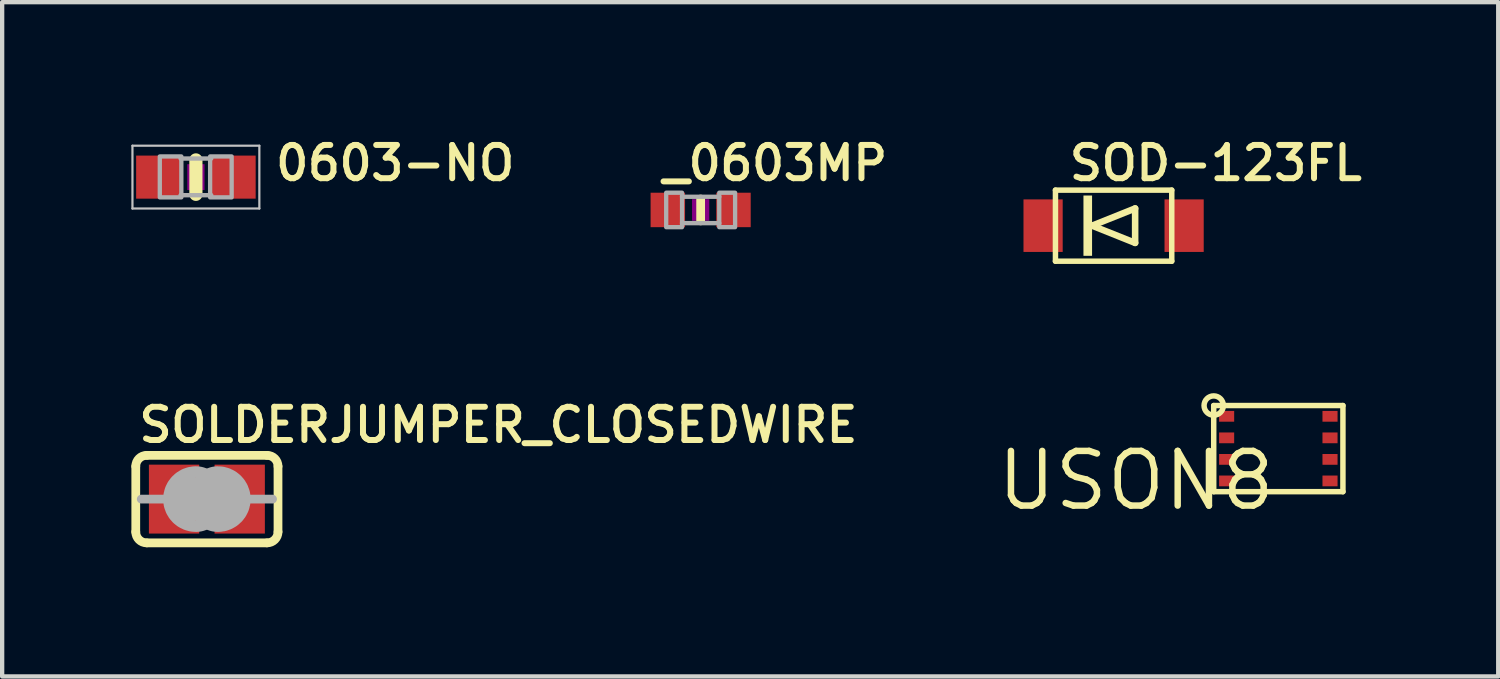
<source format=kicad_pcb>
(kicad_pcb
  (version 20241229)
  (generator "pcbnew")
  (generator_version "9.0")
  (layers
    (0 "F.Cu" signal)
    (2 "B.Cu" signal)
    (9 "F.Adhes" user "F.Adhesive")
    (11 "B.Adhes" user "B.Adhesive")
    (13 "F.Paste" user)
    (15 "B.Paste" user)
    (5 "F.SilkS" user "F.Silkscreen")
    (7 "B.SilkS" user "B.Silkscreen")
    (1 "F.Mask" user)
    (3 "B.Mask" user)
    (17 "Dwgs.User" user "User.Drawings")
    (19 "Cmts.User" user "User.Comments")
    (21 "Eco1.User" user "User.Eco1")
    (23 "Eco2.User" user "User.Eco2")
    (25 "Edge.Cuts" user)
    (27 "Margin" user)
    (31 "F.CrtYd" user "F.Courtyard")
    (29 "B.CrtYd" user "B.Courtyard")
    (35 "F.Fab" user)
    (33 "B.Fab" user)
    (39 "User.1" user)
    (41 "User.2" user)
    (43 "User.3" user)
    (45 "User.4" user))
  (footprint "SOD-123FL"
    (layer "F.Cu")
    (at 22.803 2.189)
    (property "Reference" "SOD-123FL" (at -1.1 -1 180) (layer "F.SilkS") (effects (font (size 0.772 0.772) (thickness 0.139)) (justify left bottom)))
    (attr through_hole)
    (fp_line (start -1.35 -0.825) (end 1.35 -0.825) (stroke (width 0.127) (type solid)) (layer "F.SilkS"))
    (fp_line (start -1.35 0.825) (end -1.35 -0.825) (stroke (width 0.127) (type solid)) (layer "F.SilkS"))
    (fp_line (start -0.5 0) (end 0.5 -0.4) (stroke (width 0.152) (type solid)) (layer "F.SilkS"))
    (fp_line (start 0.5 -0.4) (end 0.5 0.4) (stroke (width 0.152) (type solid)) (layer "F.SilkS"))
    (fp_line (start 0.5 0.4) (end -0.5 0) (stroke (width 0.152) (type solid)) (layer "F.SilkS"))
    (fp_line (start 1.35 -0.825) (end 1.35 0.825) (stroke (width 0.127) (type solid)) (layer "F.SilkS"))
    (fp_line (start 1.35 0.825) (end -1.35 0.825) (stroke (width 0.127) (type solid)) (layer "F.SilkS"))
    (fp_poly (pts (xy -0.7 0.7) (xy -0.5 0.7) (xy -0.5 -0.7) (xy -0.7 -0.7)) (stroke (width 0) (type solid)) (fill yes) (layer "F.SilkS"))
    (pad "A" smd rect (at 1.637 0) (size 0.91 1.22) (layers "F.Cu" "F.Mask" "F.Paste"))
    (pad "C" smd rect (at -1.637 0) (size 0.91 1.22) (layers "F.Cu" "F.Mask" "F.Paste")))
  (footprint "_0603MP"
    (layer "F.Cu")
    (at 13.216 1.824)
    (property "Reference" "_0603MP" (at -0.953 -0.635 0) (layer "F.SilkS") (effects (font (size 0.772 0.772) (thickness 0.139)) (justify left bottom)))
    (attr through_hole)
    (fp_line (start 0 -0.254) (end 0 0.254) (stroke (width 0.203) (type solid)) (layer "F.SilkS"))
    (fp_poly (pts (xy -0.2 0.25) (xy 0.2 0.25) (xy 0.2 -0.25) (xy -0.2 -0.25)) (stroke (width 0) (type solid)) (fill yes) (layer "F.Adhes"))
    (fp_line (start -0.432 0.306) (end 0.432 0.306) (stroke (width 0.102) (type solid)) (layer "F.Fab"))
    (fp_line (start 0.432 -0.306) (end -0.432 -0.306) (stroke (width 0.102) (type solid)) (layer "F.Fab"))
    (fp_poly (pts (xy -0.8 0.4) (xy -0.432 0.4) (xy -0.432 -0.4) (xy -0.8 -0.4)) (stroke (width 0.1) (type solid)) (fill no) (layer "F.Fab"))
    (fp_poly (pts (xy 0.432 0.4) (xy 0.8 0.4) (xy 0.8 -0.4) (xy 0.432 -0.4)) (stroke (width 0.1) (type solid)) (fill no) (layer "F.Fab"))
    (pad "1" smd rect (at -0.762 0) (size 0.8 0.8) (layers "F.Cu" "F.Mask" "F.Paste"))
    (pad "2" smd rect (at 0.762 0) (size 0.8 0.8) (layers "F.Cu" "F.Mask" "F.Paste")))
  (footprint "SOLDERJUMPER_CLOSEDWIRE"
    (layer "F.Cu")
    (at 1.753 8.537)
    (property "Reference" "SOLDERJUMPER_CLOSEDWIRE" (at -1.651 -1.27 0) (layer "F.SilkS") (effects (font (size 0.772 0.772) (thickness 0.139)) (justify left bottom)))
    (attr through_hole)
    (fp_poly (pts (xy -1.27 -0.762) (xy 1.27 -0.762) (xy 1.27 0.762) (xy -1.27 0.762)) (stroke (width 0) (type solid)) (fill yes) (layer "F.Mask"))
    (fp_line (start -1.651 0.762) (end -1.651 -0.762) (stroke (width 0.203) (type solid)) (layer "F.SilkS"))
    (fp_line (start -1.397 -1.016) (end 1.397 -1.016) (stroke (width 0.203) (type solid)) (layer "F.SilkS"))
    (fp_line (start 1.397 1.016) (end -1.397 1.016) (stroke (width 0.203) (type solid)) (layer "F.SilkS"))
    (fp_line (start 1.651 0.762) (end 1.651 -0.762) (stroke (width 0.203) (type solid)) (layer "F.SilkS"))
    (fp_arc (start -1.651 -0.762) (mid -1.576605 -0.941605) (end -1.397 -1.016) (stroke (width 0.2032) (type solid)) (layer "F.SilkS"))
    (fp_arc (start -1.397 1.016) (mid -1.576605 0.941605) (end -1.651 0.762) (stroke (width 0.2032) (type solid)) (layer "F.SilkS"))
    (fp_arc (start 1.397 -1.016) (mid 1.576605 -0.941605) (end 1.651 -0.762) (stroke (width 0.2032) (type solid)) (layer "F.SilkS"))
    (fp_arc (start 1.651 0.762) (mid 1.576605 0.941605) (end 1.397 1.016) (stroke (width 0.2032) (type solid)) (layer "F.SilkS"))
    (fp_line (start -1.016 0) (end -1.524 0) (stroke (width 0.203) (type solid)) (layer "F.Fab"))
    (fp_line (start 1.016 0) (end 1.524 0) (stroke (width 0.203) (type solid)) (layer "F.Fab"))
    (fp_arc (start -0.254 0.127) (mid -0.381 0) (end -0.254 -0.127) (stroke (width 1.27) (type solid)) (layer "F.Fab"))
    (fp_arc (start 0.254 -0.127) (mid 0.381 0) (end 0.254 0.127) (stroke (width 1.27) (type solid)) (layer "F.Fab"))
    (pad "1" smd rect (at -0.762 0) (size 1.168 1.6) (layers "F.Cu" "F.Mask"))
    (pad "2" smd rect (at 0.762 0) (size 1.168 1.6) (layers "F.Cu" "F.Mask"))
    (pad "WIRE" smd rect (at 0 0 180) (size 0.635 0.203) (layers "F.Cu" "F.Mask")))
  (footprint "USON8"
    (layer "F.Cu")
    (at 26.627 7.365)
    (property "Reference" "USON8" (at 0 0 0) (layer "F.SilkS") (effects (font (size 1.27 1.27) (thickness 0.15)) (justify right top)))
    (attr through_hole)
    (fp_line (start -1.5 -1) (end 1.5 -1) (stroke (width 0.127) (type solid)) (layer "F.SilkS"))
    (fp_line (start -1.5 1) (end -1.5 -1) (stroke (width 0.127) (type solid)) (layer "F.SilkS"))
    (fp_line (start 1.5 -1) (end 1.5 1) (stroke (width 0.127) (type solid)) (layer "F.SilkS"))
    (fp_line (start 1.5 1) (end -1.5 1) (stroke (width 0.127) (type solid)) (layer "F.SilkS"))
    (fp_circle (center -1.5 -1) (end -1.276 -1) (stroke (width 0.127) (type solid)) (fill no) (layer "F.SilkS"))
    (pad "1" smd rect (at -1.2 -0.75 90) (size 0.25 0.35) (layers "F.Cu" "F.Mask" "F.Paste"))
    (pad "2" smd rect (at -1.2 -0.25 90) (size 0.25 0.35) (layers "F.Cu" "F.Mask" "F.Paste"))
    (pad "3" smd rect (at -1.2 0.25 90) (size 0.25 0.35) (layers "F.Cu" "F.Mask" "F.Paste"))
    (pad "4" smd rect (at -1.2 0.75 90) (size 0.25 0.35) (layers "F.Cu" "F.Mask" "F.Paste"))
    (pad "5" smd rect (at 1.2 0.75 90) (size 0.25 0.35) (layers "F.Cu" "F.Mask" "F.Paste"))
    (pad "6" smd rect (at 1.2 0.25 90) (size 0.25 0.35) (layers "F.Cu" "F.Mask" "F.Paste"))
    (pad "7" smd rect (at 1.2 -0.25 90) (size 0.25 0.35) (layers "F.Cu" "F.Mask" "F.Paste"))
    (pad "8" smd rect (at 1.2 -0.75 90) (size 0.25 0.35) (layers "F.Cu" "F.Mask" "F.Paste")))
  (footprint "0603-NO"
    (layer "F.Cu")
    (at 1.498 1.062)
    (property "Reference" "0603-NO" (at 1.778 0.127 180) (layer "F.SilkS") (effects (font (size 0.772 0.772) (thickness 0.139)) (justify left bottom)))
    (attr through_hole)
    (fp_line (start 0 -0.4) (end 0 0.4) (stroke (width 0.305) (type solid)) (layer "F.SilkS"))
    (fp_poly (pts (xy -0.2 0.3) (xy 0.2 0.3) (xy 0.2 -0.3) (xy -0.2 -0.3)) (stroke (width 0) (type solid)) (fill yes) (layer "F.Adhes"))
    (fp_line (start -1.473 -0.729) (end 1.473 -0.729) (stroke (width 0.051) (type solid)) (layer "Dwgs.User"))
    (fp_line (start -1.473 0.729) (end -1.473 -0.729) (stroke (width 0.051) (type solid)) (layer "Dwgs.User"))
    (fp_line (start 1.473 -0.729) (end 1.473 0.729) (stroke (width 0.051) (type solid)) (layer "Dwgs.User"))
    (fp_line (start 1.473 0.729) (end -1.473 0.729) (stroke (width 0.051) (type solid)) (layer "Dwgs.User"))
    (fp_line (start -0.356 -0.432) (end 0.356 -0.432) (stroke (width 0.102) (type solid)) (layer "F.Fab"))
    (fp_line (start -0.356 0.419) (end 0.356 0.419) (stroke (width 0.102) (type solid)) (layer "F.Fab"))
    (fp_poly (pts (xy -0.838 0.47) (xy -0.338 0.47) (xy -0.338 -0.48) (xy -0.838 -0.48)) (stroke (width 0.1) (type solid)) (fill no) (layer "F.Fab"))
    (fp_poly (pts (xy 0.33 0.47) (xy 0.83 0.47) (xy 0.83 -0.48) (xy 0.33 -0.48)) (stroke (width 0.1) (type solid)) (fill no) (layer "F.Fab"))
    (pad "1" smd rect (at -0.85 0) (size 1.075 1) (layers "F.Cu" "F.Mask" "F.Paste"))
    (pad "2" smd rect (at 0.85 0) (size 1.075 1) (layers "F.Cu" "F.Mask" "F.Paste")))
  (gr_rect
    (start -3 -3)
    (end 31.732 12.654)
    (stroke (width 0.1) (type default))
    (fill no)
    (layer "Edge.Cuts")))
</source>
